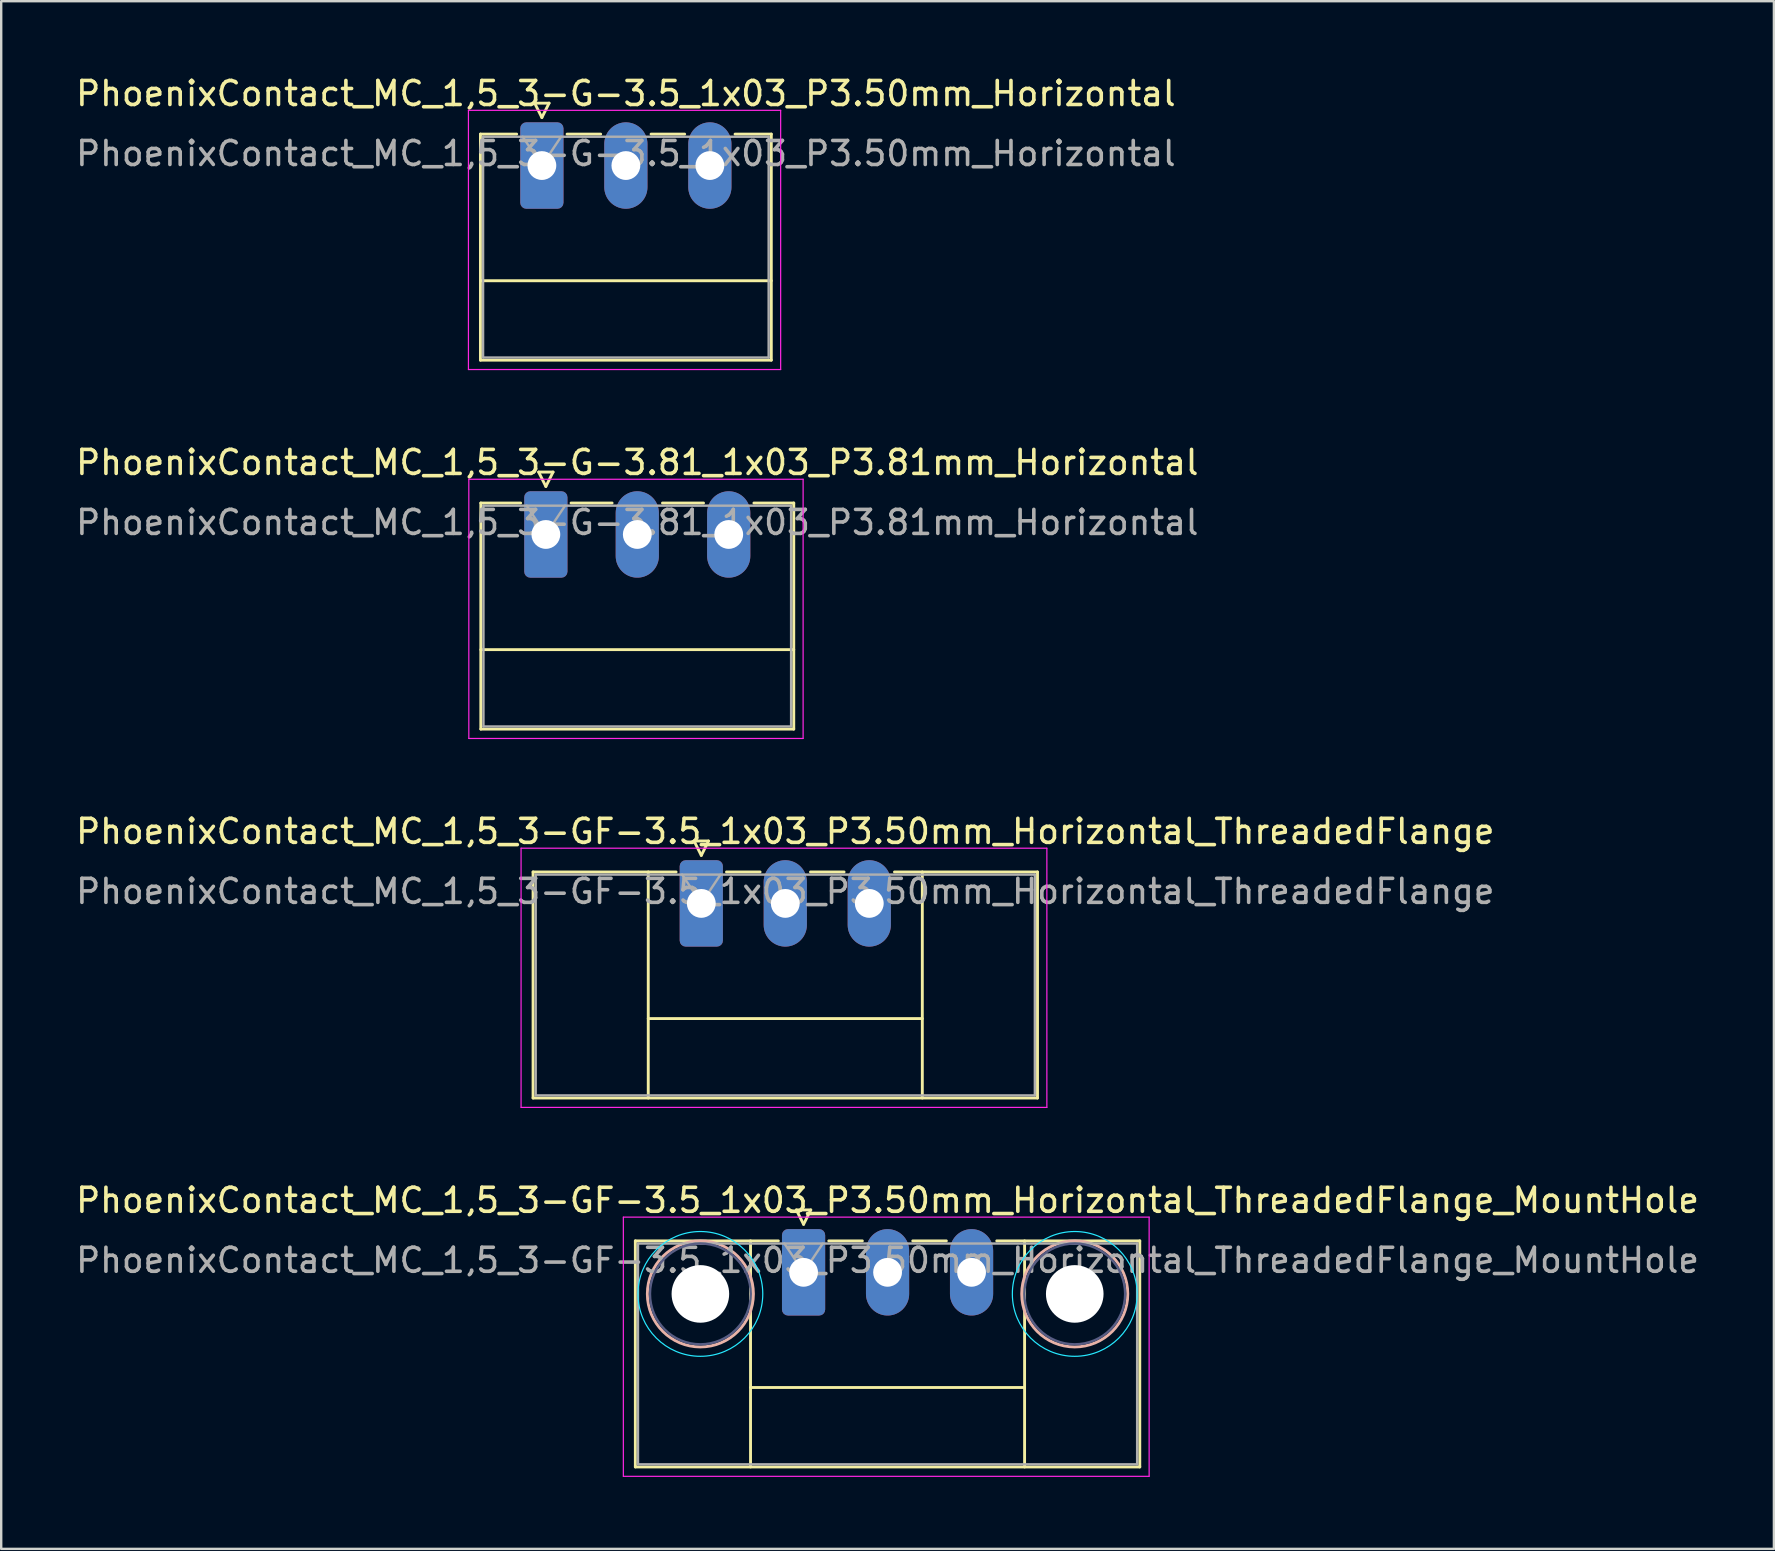
<source format=kicad_pcb>
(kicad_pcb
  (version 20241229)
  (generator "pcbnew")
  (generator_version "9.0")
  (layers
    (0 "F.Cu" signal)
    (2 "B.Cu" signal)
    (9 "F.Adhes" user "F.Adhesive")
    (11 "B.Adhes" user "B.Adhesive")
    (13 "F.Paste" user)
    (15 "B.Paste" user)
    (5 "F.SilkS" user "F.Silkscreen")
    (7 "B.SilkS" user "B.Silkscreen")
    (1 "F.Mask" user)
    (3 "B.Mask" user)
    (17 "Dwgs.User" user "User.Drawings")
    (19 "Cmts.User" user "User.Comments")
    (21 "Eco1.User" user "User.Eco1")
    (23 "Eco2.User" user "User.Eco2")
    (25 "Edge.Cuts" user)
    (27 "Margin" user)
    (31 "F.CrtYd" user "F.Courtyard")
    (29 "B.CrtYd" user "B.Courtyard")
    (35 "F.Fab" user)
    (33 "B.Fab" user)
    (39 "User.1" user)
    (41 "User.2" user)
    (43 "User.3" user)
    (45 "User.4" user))
  (footprint "PhoenixContact_MC_1,5_3-G-3.81_1x03_P3.81mm_Horizontal"
    (layer "F.Cu")
    (at 19.696 19.221)
    (property "Reference" "PhoenixContact_MC_1,5_3-G-3.81_1x03_P3.81mm_Horizontal" (at 3.81 -3 0) (layer "F.SilkS") (effects (font (size 1 1) (thickness 0.15))))
    (attr through_hole)
    (fp_line (start -2.71 -1.31) (end -2.71 8.11) (stroke (width 0.12) (type solid)) (layer "F.SilkS"))
    (fp_line (start -2.71 -1.31) (end -1.05 -1.31) (stroke (width 0.12) (type solid)) (layer "F.SilkS"))
    (fp_line (start -2.71 4.8) (end 10.33 4.8) (stroke (width 0.12) (type solid)) (layer "F.SilkS"))
    (fp_line (start -2.71 8.11) (end 10.33 8.11) (stroke (width 0.12) (type solid)) (layer "F.SilkS"))
    (fp_line (start -0.3 -2.6) (end 0.3 -2.6) (stroke (width 0.12) (type solid)) (layer "F.SilkS"))
    (fp_line (start 0 -2) (end -0.3 -2.6) (stroke (width 0.12) (type solid)) (layer "F.SilkS"))
    (fp_line (start 0.3 -2.6) (end 0 -2) (stroke (width 0.12) (type solid)) (layer "F.SilkS"))
    (fp_line (start 1.05 -1.31) (end 2.76 -1.31) (stroke (width 0.12) (type solid)) (layer "F.SilkS"))
    (fp_line (start 4.86 -1.31) (end 6.57 -1.31) (stroke (width 0.12) (type solid)) (layer "F.SilkS"))
    (fp_line (start 10.33 -1.31) (end 8.67 -1.31) (stroke (width 0.12) (type solid)) (layer "F.SilkS"))
    (fp_line (start 10.33 8.11) (end 10.33 -1.31) (stroke (width 0.12) (type solid)) (layer "F.SilkS"))
    (fp_line (start -3.21 -2.3) (end -3.21 8.5) (stroke (width 0.05) (type solid)) (layer "F.CrtYd"))
    (fp_line (start -3.21 8.5) (end 10.72 8.5) (stroke (width 0.05) (type solid)) (layer "F.CrtYd"))
    (fp_line (start 10.72 -2.3) (end -3.21 -2.3) (stroke (width 0.05) (type solid)) (layer "F.CrtYd"))
    (fp_line (start 10.72 8.5) (end 10.72 -2.3) (stroke (width 0.05) (type solid)) (layer "F.CrtYd"))
    (fp_line (start -2.6 -1.2) (end -2.6 8) (stroke (width 0.1) (type solid)) (layer "F.Fab"))
    (fp_line (start -2.6 8) (end 10.22 8) (stroke (width 0.1) (type solid)) (layer "F.Fab"))
    (fp_line (start 0 0) (end -0.8 -1.2) (stroke (width 0.1) (type solid)) (layer "F.Fab"))
    (fp_line (start 0.8 -1.2) (end 0 0) (stroke (width 0.1) (type solid)) (layer "F.Fab"))
    (fp_line (start 10.22 -1.2) (end -2.6 -1.2) (stroke (width 0.1) (type solid)) (layer "F.Fab"))
    (fp_line (start 10.22 8) (end 10.22 -1.2) (stroke (width 0.1) (type solid)) (layer "F.Fab"))
    (fp_text user "${REFERENCE}" (at 3.81 -0.5 0) (layer "F.Fab") (effects (font (size 1 1) (thickness 0.15))))
    (pad "1" thru_hole roundrect (at 0 0) (size 1.8 3.6) (drill 1.2) (layers "*.Cu" "*.Mask") (roundrect_rratio 0.139))
    (pad "2" thru_hole oval (at 3.81 0) (size 1.8 3.6) (drill 1.2) (layers "*.Cu" "*.Mask"))
    (pad "3" thru_hole oval (at 7.62 0) (size 1.8 3.6) (drill 1.2) (layers "*.Cu" "*.Mask")))
  (footprint "PhoenixContact_MC_1,5_3-G-3.5_1x03_P3.50mm_Horizontal"
    (layer "F.Cu")
    (at 19.53 3.848)
    (property "Reference" "PhoenixContact_MC_1,5_3-G-3.5_1x03_P3.50mm_Horizontal" (at 3.5 -3 0) (layer "F.SilkS") (effects (font (size 1 1) (thickness 0.15))))
    (attr through_hole)
    (fp_line (start -2.56 -1.31) (end -2.56 8.11) (stroke (width 0.12) (type solid)) (layer "F.SilkS"))
    (fp_line (start -2.56 -1.31) (end -1.05 -1.31) (stroke (width 0.12) (type solid)) (layer "F.SilkS"))
    (fp_line (start -2.56 4.8) (end 9.56 4.8) (stroke (width 0.12) (type solid)) (layer "F.SilkS"))
    (fp_line (start -2.56 8.11) (end 9.56 8.11) (stroke (width 0.12) (type solid)) (layer "F.SilkS"))
    (fp_line (start -0.3 -2.6) (end 0.3 -2.6) (stroke (width 0.12) (type solid)) (layer "F.SilkS"))
    (fp_line (start 0 -2) (end -0.3 -2.6) (stroke (width 0.12) (type solid)) (layer "F.SilkS"))
    (fp_line (start 0.3 -2.6) (end 0 -2) (stroke (width 0.12) (type solid)) (layer "F.SilkS"))
    (fp_line (start 1.05 -1.31) (end 2.45 -1.31) (stroke (width 0.12) (type solid)) (layer "F.SilkS"))
    (fp_line (start 4.55 -1.31) (end 5.95 -1.31) (stroke (width 0.12) (type solid)) (layer "F.SilkS"))
    (fp_line (start 9.56 -1.31) (end 8.05 -1.31) (stroke (width 0.12) (type solid)) (layer "F.SilkS"))
    (fp_line (start 9.56 8.11) (end 9.56 -1.31) (stroke (width 0.12) (type solid)) (layer "F.SilkS"))
    (fp_line (start -3.06 -2.3) (end -3.06 8.5) (stroke (width 0.05) (type solid)) (layer "F.CrtYd"))
    (fp_line (start -3.06 8.5) (end 9.95 8.5) (stroke (width 0.05) (type solid)) (layer "F.CrtYd"))
    (fp_line (start 9.95 -2.3) (end -3.06 -2.3) (stroke (width 0.05) (type solid)) (layer "F.CrtYd"))
    (fp_line (start 9.95 8.5) (end 9.95 -2.3) (stroke (width 0.05) (type solid)) (layer "F.CrtYd"))
    (fp_line (start -2.45 -1.2) (end -2.45 8) (stroke (width 0.1) (type solid)) (layer "F.Fab"))
    (fp_line (start -2.45 8) (end 9.45 8) (stroke (width 0.1) (type solid)) (layer "F.Fab"))
    (fp_line (start 0 0) (end -0.8 -1.2) (stroke (width 0.1) (type solid)) (layer "F.Fab"))
    (fp_line (start 0.8 -1.2) (end 0 0) (stroke (width 0.1) (type solid)) (layer "F.Fab"))
    (fp_line (start 9.45 -1.2) (end -2.45 -1.2) (stroke (width 0.1) (type solid)) (layer "F.Fab"))
    (fp_line (start 9.45 8) (end 9.45 -1.2) (stroke (width 0.1) (type solid)) (layer "F.Fab"))
    (fp_text user "${REFERENCE}" (at 3.5 -0.5 0) (layer "F.Fab") (effects (font (size 1 1) (thickness 0.15))))
    (pad "1" thru_hole roundrect (at 0 0) (size 1.8 3.6) (drill 1.2) (layers "*.Cu" "*.Mask") (roundrect_rratio 0.139))
    (pad "2" thru_hole oval (at 3.5 0) (size 1.8 3.6) (drill 1.2) (layers "*.Cu" "*.Mask"))
    (pad "3" thru_hole oval (at 7 0) (size 1.8 3.6) (drill 1.2) (layers "*.Cu" "*.Mask")))
  (footprint "PhoenixContact_MC_1,5_3-GF-3.5_1x03_P3.50mm_Horizontal_ThreadedFlange_MountHole"
    (layer "F.Cu")
    (at 30.435 49.968)
    (property "Reference" "PhoenixContact_MC_1,5_3-GF-3.5_1x03_P3.50mm_Horizontal_ThreadedFlange_MountHole" (at 3.5 -3 0) (layer "F.SilkS") (effects (font (size 1 1) (thickness 0.15))))
    (attr through_hole)
    (fp_line (start -7.01 -1.31) (end -7.01 8.11) (stroke (width 0.12) (type solid)) (layer "F.SilkS"))
    (fp_line (start -7.01 -1.31) (end -1.05 -1.31) (stroke (width 0.12) (type solid)) (layer "F.SilkS"))
    (fp_line (start -7.01 8.11) (end 14.01 8.11) (stroke (width 0.12) (type solid)) (layer "F.SilkS"))
    (fp_line (start -2.21 -1.31) (end -2.21 8.11) (stroke (width 0.12) (type solid)) (layer "F.SilkS"))
    (fp_line (start -2.21 4.8) (end 9.21 4.8) (stroke (width 0.12) (type solid)) (layer "F.SilkS"))
    (fp_line (start -0.3 -2.6) (end 0.3 -2.6) (stroke (width 0.12) (type solid)) (layer "F.SilkS"))
    (fp_line (start 0 -2) (end -0.3 -2.6) (stroke (width 0.12) (type solid)) (layer "F.SilkS"))
    (fp_line (start 0.3 -2.6) (end 0 -2) (stroke (width 0.12) (type solid)) (layer "F.SilkS"))
    (fp_line (start 1.05 -1.31) (end 2.45 -1.31) (stroke (width 0.12) (type solid)) (layer "F.SilkS"))
    (fp_line (start 4.55 -1.31) (end 5.95 -1.31) (stroke (width 0.12) (type solid)) (layer "F.SilkS"))
    (fp_line (start 9.21 -1.31) (end 9.21 8.11) (stroke (width 0.12) (type solid)) (layer "F.SilkS"))
    (fp_line (start 14.01 -1.31) (end 8.05 -1.31) (stroke (width 0.12) (type solid)) (layer "F.SilkS"))
    (fp_line (start 14.01 8.11) (end 14.01 -1.31) (stroke (width 0.12) (type solid)) (layer "F.SilkS"))
    (fp_circle (center -4.3 0.9) (end -2.09 0.9) (stroke (width 0.12) (type solid)) (fill no) (layer "B.SilkS"))
    (fp_circle (center 11.3 0.9) (end 13.51 0.9) (stroke (width 0.12) (type solid)) (fill no) (layer "B.SilkS"))
    (fp_circle (center -4.3 0.9) (end -1.7 0.9) (stroke (width 0.05) (type solid)) (fill no) (layer "B.CrtYd"))
    (fp_circle (center 11.3 0.9) (end 13.9 0.9) (stroke (width 0.05) (type solid)) (fill no) (layer "B.CrtYd"))
    (fp_line (start -7.51 -2.3) (end -7.51 8.5) (stroke (width 0.05) (type solid)) (layer "F.CrtYd"))
    (fp_line (start -7.51 8.5) (end 14.4 8.5) (stroke (width 0.05) (type solid)) (layer "F.CrtYd"))
    (fp_line (start 14.4 -2.3) (end -7.51 -2.3) (stroke (width 0.05) (type solid)) (layer "F.CrtYd"))
    (fp_line (start 14.4 8.5) (end 14.4 -2.3) (stroke (width 0.05) (type solid)) (layer "F.CrtYd"))
    (fp_circle (center -4.3 0.9) (end -2.2 0.9) (stroke (width 0.1) (type solid)) (fill no) (layer "B.Fab"))
    (fp_circle (center 11.3 0.9) (end 13.4 0.9) (stroke (width 0.1) (type solid)) (fill no) (layer "B.Fab"))
    (fp_line (start -6.9 -1.2) (end -6.9 8) (stroke (width 0.1) (type solid)) (layer "F.Fab"))
    (fp_line (start -6.9 8) (end 13.9 8) (stroke (width 0.1) (type solid)) (layer "F.Fab"))
    (fp_line (start 0 0) (end -0.8 -1.2) (stroke (width 0.1) (type solid)) (layer "F.Fab"))
    (fp_line (start 0.8 -1.2) (end 0 0) (stroke (width 0.1) (type solid)) (layer "F.Fab"))
    (fp_line (start 13.9 -1.2) (end -6.9 -1.2) (stroke (width 0.1) (type solid)) (layer "F.Fab"))
    (fp_line (start 13.9 8) (end 13.9 -1.2) (stroke (width 0.1) (type solid)) (layer "F.Fab"))
    (fp_text user "${REFERENCE}" (at 3.5 -0.5 0) (layer "F.Fab") (effects (font (size 1 1) (thickness 0.15))))
    (pad "" np_thru_hole circle (at -4.3 0.9) (size 2.4 2.4) (drill 2.4) (layers "*.Cu" "*.Mask"))
    (pad "" np_thru_hole circle (at 11.3 0.9) (size 2.4 2.4) (drill 2.4) (layers "*.Cu" "*.Mask"))
    (pad "1" thru_hole roundrect (at 0 0) (size 1.8 3.6) (drill 1.2) (layers "*.Cu" "*.Mask") (roundrect_rratio 0.139))
    (pad "2" thru_hole oval (at 3.5 0) (size 1.8 3.6) (drill 1.2) (layers "*.Cu" "*.Mask"))
    (pad "3" thru_hole oval (at 7 0) (size 1.8 3.6) (drill 1.2) (layers "*.Cu" "*.Mask")))
  (footprint "PhoenixContact_MC_1,5_3-GF-3.5_1x03_P3.50mm_Horizontal_ThreadedFlange"
    (layer "F.Cu")
    (at 26.173 34.595)
    (property "Reference" "PhoenixContact_MC_1,5_3-GF-3.5_1x03_P3.50mm_Horizontal_ThreadedFlange" (at 3.5 -3 0) (layer "F.SilkS") (effects (font (size 1 1) (thickness 0.15))))
    (attr through_hole)
    (fp_line (start -7.01 -1.31) (end -7.01 8.11) (stroke (width 0.12) (type solid)) (layer "F.SilkS"))
    (fp_line (start -7.01 -1.31) (end -1.05 -1.31) (stroke (width 0.12) (type solid)) (layer "F.SilkS"))
    (fp_line (start -7.01 8.11) (end 14.01 8.11) (stroke (width 0.12) (type solid)) (layer "F.SilkS"))
    (fp_line (start -2.21 -1.31) (end -2.21 8.11) (stroke (width 0.12) (type solid)) (layer "F.SilkS"))
    (fp_line (start -2.21 4.8) (end 9.21 4.8) (stroke (width 0.12) (type solid)) (layer "F.SilkS"))
    (fp_line (start -0.3 -2.6) (end 0.3 -2.6) (stroke (width 0.12) (type solid)) (layer "F.SilkS"))
    (fp_line (start 0 -2) (end -0.3 -2.6) (stroke (width 0.12) (type solid)) (layer "F.SilkS"))
    (fp_line (start 0.3 -2.6) (end 0 -2) (stroke (width 0.12) (type solid)) (layer "F.SilkS"))
    (fp_line (start 1.05 -1.31) (end 2.45 -1.31) (stroke (width 0.12) (type solid)) (layer "F.SilkS"))
    (fp_line (start 4.55 -1.31) (end 5.95 -1.31) (stroke (width 0.12) (type solid)) (layer "F.SilkS"))
    (fp_line (start 9.21 -1.31) (end 9.21 8.11) (stroke (width 0.12) (type solid)) (layer "F.SilkS"))
    (fp_line (start 14.01 -1.31) (end 8.05 -1.31) (stroke (width 0.12) (type solid)) (layer "F.SilkS"))
    (fp_line (start 14.01 8.11) (end 14.01 -1.31) (stroke (width 0.12) (type solid)) (layer "F.SilkS"))
    (fp_line (start -7.51 -2.3) (end -7.51 8.5) (stroke (width 0.05) (type solid)) (layer "F.CrtYd"))
    (fp_line (start -7.51 8.5) (end 14.4 8.5) (stroke (width 0.05) (type solid)) (layer "F.CrtYd"))
    (fp_line (start 14.4 -2.3) (end -7.51 -2.3) (stroke (width 0.05) (type solid)) (layer "F.CrtYd"))
    (fp_line (start 14.4 8.5) (end 14.4 -2.3) (stroke (width 0.05) (type solid)) (layer "F.CrtYd"))
    (fp_line (start -6.9 -1.2) (end -6.9 8) (stroke (width 0.1) (type solid)) (layer "F.Fab"))
    (fp_line (start -6.9 8) (end 13.9 8) (stroke (width 0.1) (type solid)) (layer "F.Fab"))
    (fp_line (start 0 0) (end -0.8 -1.2) (stroke (width 0.1) (type solid)) (layer "F.Fab"))
    (fp_line (start 0.8 -1.2) (end 0 0) (stroke (width 0.1) (type solid)) (layer "F.Fab"))
    (fp_line (start 13.9 -1.2) (end -6.9 -1.2) (stroke (width 0.1) (type solid)) (layer "F.Fab"))
    (fp_line (start 13.9 8) (end 13.9 -1.2) (stroke (width 0.1) (type solid)) (layer "F.Fab"))
    (fp_text user "${REFERENCE}" (at 3.5 -0.5 0) (layer "F.Fab") (effects (font (size 1 1) (thickness 0.15))))
    (pad "1" thru_hole roundrect (at 0 0) (size 1.8 3.6) (drill 1.2) (layers "*.Cu" "*.Mask") (roundrect_rratio 0.139))
    (pad "2" thru_hole oval (at 3.5 0) (size 1.8 3.6) (drill 1.2) (layers "*.Cu" "*.Mask"))
    (pad "3" thru_hole oval (at 7 0) (size 1.8 3.6) (drill 1.2) (layers "*.Cu" "*.Mask")))
  (gr_rect
    (start -3 -3)
    (end 70.869 61.493)
    (stroke (width 0.1) (type default))
    (fill no)
    (layer "Edge.Cuts")))
</source>
